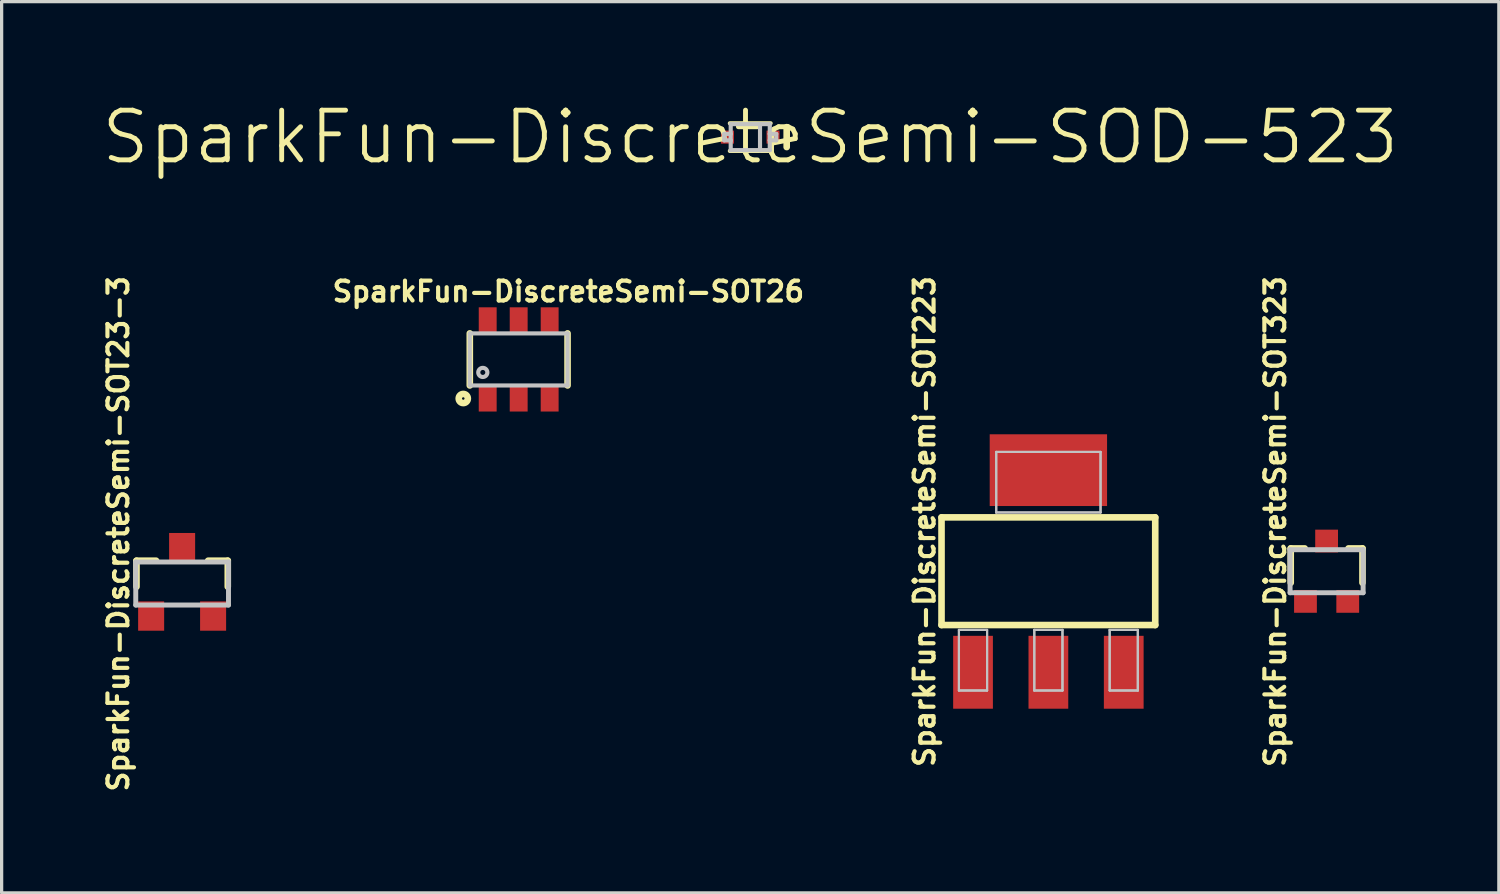
<source format=kicad_pcb>
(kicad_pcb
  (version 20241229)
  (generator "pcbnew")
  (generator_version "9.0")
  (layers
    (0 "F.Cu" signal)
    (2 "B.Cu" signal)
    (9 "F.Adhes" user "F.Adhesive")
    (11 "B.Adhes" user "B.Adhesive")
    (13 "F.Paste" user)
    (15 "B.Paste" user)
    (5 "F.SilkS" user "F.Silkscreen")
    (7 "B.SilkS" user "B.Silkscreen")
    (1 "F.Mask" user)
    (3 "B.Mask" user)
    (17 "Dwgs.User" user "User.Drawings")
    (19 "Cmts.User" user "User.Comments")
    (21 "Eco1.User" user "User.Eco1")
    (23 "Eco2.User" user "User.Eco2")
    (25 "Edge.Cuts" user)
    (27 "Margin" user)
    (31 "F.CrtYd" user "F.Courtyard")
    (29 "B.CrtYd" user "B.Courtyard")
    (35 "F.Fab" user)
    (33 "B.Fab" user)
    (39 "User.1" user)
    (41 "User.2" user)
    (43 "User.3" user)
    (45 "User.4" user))
  (footprint "SparkFun-DiscreteSemi-SOT23-3"
    (layer "F.Cu")
    (at 2.535 14.844)
    (property "Reference" "SparkFun-DiscreteSemi-SOT23-3" (at -1.956 -1.524 90) (layer "F.SilkS") (effects (font (size 0.61 0.61) (thickness 0.127))))
    (attr smd)
    (fp_line (start -1.4 -0.699) (end -1.4 0.099) (stroke (width 0.203) (type solid)) (layer "F.SilkS"))
    (fp_line (start -0.798 -0.699) (end -1.4 -0.699) (stroke (width 0.203) (type solid)) (layer "F.SilkS"))
    (fp_line (start 0.798 -0.699) (end 1.4 -0.699) (stroke (width 0.203) (type solid)) (layer "F.SilkS"))
    (fp_line (start 1.4 -0.699) (end 1.4 0.099) (stroke (width 0.203) (type solid)) (layer "F.SilkS"))
    (fp_line (start -1.422 -0.66) (end 1.422 -0.66) (stroke (width 0.152) (type solid)) (layer "Dwgs.User"))
    (fp_line (start -1.422 0.66) (end -1.422 -0.66) (stroke (width 0.152) (type solid)) (layer "Dwgs.User"))
    (fp_line (start 1.422 -0.66) (end 1.422 0.66) (stroke (width 0.152) (type solid)) (layer "Dwgs.User"))
    (fp_line (start 1.422 0.66) (end -1.422 0.66) (stroke (width 0.152) (type solid)) (layer "Dwgs.User"))
    (pad "1" smd rect (at -0.95 0.998) (size 0.798 0.899) (layers "F.Cu" "F.Mask" "F.Paste"))
    (pad "2" smd rect (at 0.95 0.998) (size 0.798 0.899) (layers "F.Cu" "F.Mask" "F.Paste"))
    (pad "3" smd rect (at 0 -1.1) (size 0.798 0.899) (layers "F.Cu" "F.Mask" "F.Paste")))
  (footprint "SparkFun-DiscreteSemi-SOD-523"
    (layer "F.Cu")
    (at 19.957 1.155)
    (property "Reference" "SparkFun-DiscreteSemi-SOD-523" (at 0 0 0) (layer "F.SilkS") (effects (font (size 1.524 1.524) (thickness 0.15))))
    (attr smd)
    (fp_line (start -0.625 0.424) (end 0.625 0.424) (stroke (width 0.127) (type solid)) (layer "F.SilkS"))
    (fp_line (start 0.625 -0.424) (end -0.625 -0.424) (stroke (width 0.127) (type solid)) (layer "F.SilkS"))
    (fp_line (start 1.118 -0.305) (end 1.118 0.305) (stroke (width 0.203) (type solid)) (layer "F.SilkS"))
    (fp_line (start -0.798 -0.099) (end -0.798 0.099) (stroke (width 0.127) (type solid)) (layer "Dwgs.User"))
    (fp_line (start -0.599 -0.399) (end -0.599 -0.099) (stroke (width 0.127) (type solid)) (layer "Dwgs.User"))
    (fp_line (start -0.599 -0.099) (end -0.798 -0.099) (stroke (width 0.127) (type solid)) (layer "Dwgs.User"))
    (fp_line (start -0.599 -0.099) (end -0.599 0.099) (stroke (width 0.127) (type solid)) (layer "Dwgs.User"))
    (fp_line (start -0.599 0.099) (end -0.798 0.099) (stroke (width 0.127) (type solid)) (layer "Dwgs.User"))
    (fp_line (start -0.599 0.099) (end -0.599 0.399) (stroke (width 0.127) (type solid)) (layer "Dwgs.User"))
    (fp_line (start -0.599 0.399) (end 0.3 0.399) (stroke (width 0.127) (type solid)) (layer "Dwgs.User"))
    (fp_line (start 0.3 -0.399) (end -0.599 -0.399) (stroke (width 0.127) (type solid)) (layer "Dwgs.User"))
    (fp_line (start 0.3 -0.399) (end 0.3 0.399) (stroke (width 0.127) (type solid)) (layer "Dwgs.User"))
    (fp_line (start 0.3 0.399) (end 0.599 0.399) (stroke (width 0.127) (type solid)) (layer "Dwgs.User"))
    (fp_line (start 0.599 -0.399) (end 0.3 -0.399) (stroke (width 0.127) (type solid)) (layer "Dwgs.User"))
    (fp_line (start 0.599 -0.099) (end 0.599 -0.399) (stroke (width 0.127) (type solid)) (layer "Dwgs.User"))
    (fp_line (start 0.599 -0.099) (end 0.798 -0.099) (stroke (width 0.127) (type solid)) (layer "Dwgs.User"))
    (fp_line (start 0.599 0.099) (end 0.599 -0.099) (stroke (width 0.127) (type solid)) (layer "Dwgs.User"))
    (fp_line (start 0.599 0.399) (end 0.599 0.099) (stroke (width 0.127) (type solid)) (layer "Dwgs.User"))
    (fp_line (start 0.798 -0.099) (end 0.798 0.099) (stroke (width 0.127) (type solid)) (layer "Dwgs.User"))
    (fp_line (start 0.798 0.099) (end 0.599 0.099) (stroke (width 0.127) (type solid)) (layer "Dwgs.User"))
    (pad "A" smd rect (at -0.699 0) (size 0.399 0.399) (layers "F.Cu" "F.Mask" "F.Paste"))
    (pad "C" smd rect (at 0.699 0) (size 0.399 0.399) (layers "F.Cu" "F.Mask" "F.Paste")))
  (footprint "SparkFun-DiscreteSemi-SOT323"
    (layer "F.Cu")
    (at 37.632 14.467)
    (property "Reference" "SparkFun-DiscreteSemi-SOT323" (at -1.575 -1.524 90) (layer "F.SilkS") (effects (font (size 0.61 0.61) (thickness 0.127))))
    (attr smd)
    (fp_line (start -1.1 -0.699) (end -1.1 0.353) (stroke (width 0.203) (type solid)) (layer "F.SilkS"))
    (fp_line (start -0.671 -0.699) (end -1.1 -0.699) (stroke (width 0.203) (type solid)) (layer "F.SilkS"))
    (fp_line (start 0.671 -0.699) (end 1.1 -0.699) (stroke (width 0.203) (type solid)) (layer "F.SilkS"))
    (fp_line (start 1.1 -0.699) (end 1.1 0.353) (stroke (width 0.203) (type solid)) (layer "F.SilkS"))
    (fp_line (start -1.12 -0.66) (end 1.12 -0.66) (stroke (width 0.152) (type solid)) (layer "Dwgs.User"))
    (fp_line (start -1.12 0.66) (end -1.12 -0.66) (stroke (width 0.152) (type solid)) (layer "Dwgs.User"))
    (fp_line (start 1.12 -0.66) (end 1.12 0.66) (stroke (width 0.152) (type solid)) (layer "Dwgs.User"))
    (fp_line (start 1.12 0.66) (end -1.12 0.66) (stroke (width 0.152) (type solid)) (layer "Dwgs.User"))
    (pad "1" smd rect (at -0.648 0.925) (size 0.699 0.699) (layers "F.Cu" "F.Mask" "F.Paste"))
    (pad "2" smd rect (at 0.648 0.925) (size 0.699 0.699) (layers "F.Cu" "F.Mask" "F.Paste"))
    (pad "3" smd rect (at 0 -0.925) (size 0.699 0.699) (layers "F.Cu" "F.Mask" "F.Paste")))
  (footprint "SparkFun-DiscreteSemi-SOT26"
    (layer "F.Cu")
    (at 12.856 7.972)
    (property "Reference" "SparkFun-DiscreteSemi-SOT26" (at 1.524 -2.083 0) (layer "F.SilkS") (effects (font (size 0.61 0.61) (thickness 0.127))))
    (attr smd)
    (fp_line (start -1.499 -0.798) (end -1.499 0.798) (stroke (width 0.203) (type solid)) (layer "F.SilkS"))
    (fp_line (start 1.499 -0.798) (end 1.499 0.798) (stroke (width 0.203) (type solid)) (layer "F.SilkS"))
    (fp_circle (center -1.699 1.199) (end -1.699 1.059) (stroke (width 0.203) (type solid)) (fill no) (layer "F.SilkS"))
    (fp_line (start -1.499 -0.798) (end -1.499 0.798) (stroke (width 0.127) (type solid)) (layer "Dwgs.User"))
    (fp_line (start -1.499 0.798) (end 1.499 0.798) (stroke (width 0.127) (type solid)) (layer "Dwgs.User"))
    (fp_line (start 1.499 -0.798) (end -1.499 -0.798) (stroke (width 0.127) (type solid)) (layer "Dwgs.User"))
    (fp_line (start 1.499 0.798) (end 1.499 -0.798) (stroke (width 0.127) (type solid)) (layer "Dwgs.User"))
    (fp_circle (center -1.1 0.399) (end -1.1 0.259) (stroke (width 0.127) (type solid)) (fill no) (layer "Dwgs.User"))
    (pad "D1" smd rect (at -0.95 -1.199) (size 0.549 0.798) (layers "F.Cu" "F.Mask" "F.Paste"))
    (pad "D2" smd rect (at 0.95 -1.199) (size 0.549 0.798) (layers "F.Cu" "F.Mask" "F.Paste"))
    (pad "G1" smd rect (at -0.95 1.199) (size 0.549 0.798) (layers "F.Cu" "F.Mask" "F.Paste"))
    (pad "G2" smd rect (at 0.95 1.199) (size 0.549 0.798) (layers "F.Cu" "F.Mask" "F.Paste"))
    (pad "S1" smd rect (at 0 -1.199 180) (size 0.549 0.798) (layers "F.Cu" "F.Mask" "F.Paste"))
    (pad "S2" smd rect (at 0 1.199) (size 0.549 0.798) (layers "F.Cu" "F.Mask" "F.Paste")))
  (footprint "SparkFun-DiscreteSemi-SOT223"
    (layer "F.Cu")
    (at 29.1 14.467)
    (property "Reference" "SparkFun-DiscreteSemi-SOT223" (at -3.797 -1.524 90) (layer "F.SilkS") (effects (font (size 0.61 0.61) (thickness 0.127))))
    (attr smd)
    (fp_line (start -3.277 -1.651) (end 3.277 -1.651) (stroke (width 0.203) (type solid)) (layer "F.SilkS"))
    (fp_line (start -3.277 1.651) (end -3.277 -1.651) (stroke (width 0.203) (type solid)) (layer "F.SilkS"))
    (fp_line (start 3.277 -1.651) (end 3.277 1.651) (stroke (width 0.203) (type solid)) (layer "F.SilkS"))
    (fp_line (start 3.277 1.651) (end -3.277 1.651) (stroke (width 0.203) (type solid)) (layer "F.SilkS"))
    (fp_line (start -2.743 1.801) (end -1.88 1.801) (stroke (width 0.066) (type solid)) (layer "Dwgs.User"))
    (fp_line (start -2.743 1.801) (end -1.88 1.801) (stroke (width 0.066) (type solid)) (layer "Dwgs.User"))
    (fp_line (start -2.743 3.658) (end -2.743 1.801) (stroke (width 0.066) (type solid)) (layer "Dwgs.User"))
    (fp_line (start -2.743 3.658) (end -2.743 1.801) (stroke (width 0.066) (type solid)) (layer "Dwgs.User"))
    (fp_line (start -2.743 3.658) (end -1.88 3.658) (stroke (width 0.066) (type solid)) (layer "Dwgs.User"))
    (fp_line (start -2.743 3.658) (end -1.88 3.658) (stroke (width 0.066) (type solid)) (layer "Dwgs.User"))
    (fp_line (start -1.88 3.658) (end -1.88 1.801) (stroke (width 0.066) (type solid)) (layer "Dwgs.User"))
    (fp_line (start -1.88 3.658) (end -1.88 1.801) (stroke (width 0.066) (type solid)) (layer "Dwgs.User"))
    (fp_line (start -1.6 -3.658) (end 1.6 -3.658) (stroke (width 0.066) (type solid)) (layer "Dwgs.User"))
    (fp_line (start -1.6 -3.658) (end 1.6 -3.658) (stroke (width 0.066) (type solid)) (layer "Dwgs.User"))
    (fp_line (start -1.6 -1.801) (end -1.6 -3.658) (stroke (width 0.066) (type solid)) (layer "Dwgs.User"))
    (fp_line (start -1.6 -1.801) (end -1.6 -3.658) (stroke (width 0.066) (type solid)) (layer "Dwgs.User"))
    (fp_line (start -1.6 -1.801) (end 1.6 -1.801) (stroke (width 0.066) (type solid)) (layer "Dwgs.User"))
    (fp_line (start -1.6 -1.801) (end 1.6 -1.801) (stroke (width 0.066) (type solid)) (layer "Dwgs.User"))
    (fp_line (start -0.432 1.801) (end 0.432 1.801) (stroke (width 0.066) (type solid)) (layer "Dwgs.User"))
    (fp_line (start -0.432 1.801) (end 0.432 1.801) (stroke (width 0.066) (type solid)) (layer "Dwgs.User"))
    (fp_line (start -0.432 3.658) (end -0.432 1.801) (stroke (width 0.066) (type solid)) (layer "Dwgs.User"))
    (fp_line (start -0.432 3.658) (end -0.432 1.801) (stroke (width 0.066) (type solid)) (layer "Dwgs.User"))
    (fp_line (start -0.432 3.658) (end 0.432 3.658) (stroke (width 0.066) (type solid)) (layer "Dwgs.User"))
    (fp_line (start -0.432 3.658) (end 0.432 3.658) (stroke (width 0.066) (type solid)) (layer "Dwgs.User"))
    (fp_line (start 0.432 3.658) (end 0.432 1.801) (stroke (width 0.066) (type solid)) (layer "Dwgs.User"))
    (fp_line (start 0.432 3.658) (end 0.432 1.801) (stroke (width 0.066) (type solid)) (layer "Dwgs.User"))
    (fp_line (start 1.6 -1.801) (end 1.6 -3.658) (stroke (width 0.066) (type solid)) (layer "Dwgs.User"))
    (fp_line (start 1.6 -1.801) (end 1.6 -3.658) (stroke (width 0.066) (type solid)) (layer "Dwgs.User"))
    (fp_line (start 1.88 1.801) (end 2.743 1.801) (stroke (width 0.066) (type solid)) (layer "Dwgs.User"))
    (fp_line (start 1.88 1.801) (end 2.743 1.801) (stroke (width 0.066) (type solid)) (layer "Dwgs.User"))
    (fp_line (start 1.88 3.658) (end 1.88 1.801) (stroke (width 0.066) (type solid)) (layer "Dwgs.User"))
    (fp_line (start 1.88 3.658) (end 1.88 1.801) (stroke (width 0.066) (type solid)) (layer "Dwgs.User"))
    (fp_line (start 1.88 3.658) (end 2.743 3.658) (stroke (width 0.066) (type solid)) (layer "Dwgs.User"))
    (fp_line (start 1.88 3.658) (end 2.743 3.658) (stroke (width 0.066) (type solid)) (layer "Dwgs.User"))
    (fp_line (start 2.743 3.658) (end 2.743 1.801) (stroke (width 0.066) (type solid)) (layer "Dwgs.User"))
    (fp_line (start 2.743 3.658) (end 2.743 1.801) (stroke (width 0.066) (type solid)) (layer "Dwgs.User"))
    (pad "1" smd rect (at -2.311 3.099) (size 1.219 2.235) (layers "F.Cu" "F.Mask" "F.Paste"))
    (pad "2" smd rect (at 0 3.099) (size 1.219 2.235) (layers "F.Cu" "F.Mask" "F.Paste"))
    (pad "3" smd rect (at 2.311 3.099) (size 1.219 2.235) (layers "F.Cu" "F.Mask" "F.Paste"))
    (pad "4" smd rect (at 0 -3.099) (size 3.599 2.2) (layers "F.Cu" "F.Mask" "F.Paste")))
  (gr_rect
    (start -3 -3)
    (end 42.914 24.331)
    (stroke (width 0.1) (type default))
    (fill no)
    (layer "Edge.Cuts")))
</source>
